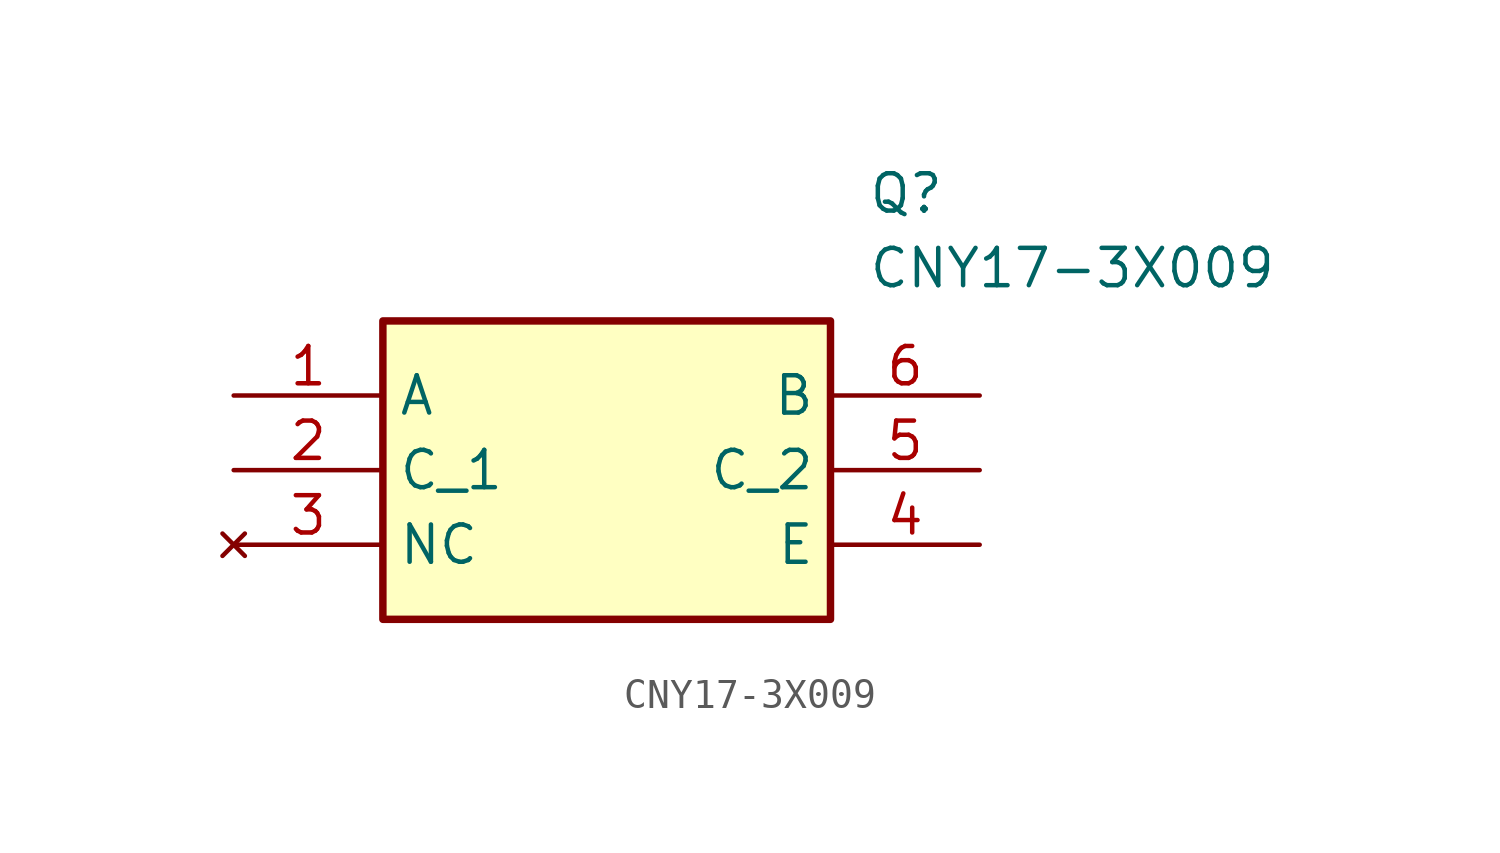
<source format=kicad_sym>
(kicad_symbol_lib
  (version 20211014)
  (generator SamacSys_ECAD_Model)
  (symbol "CNY17-3X009"
    (property "Reference" "Q"
      (at 21.59 7.62 0)
      (effects (font (size 1.27 1.27)) (justify left top)))
    (property "Value" "CNY17-3X009"
      (at 21.59 5.08 0)
      (effects (font (size 1.27 1.27)) (justify left top)))
    (rectangle
      (start 5.08 2.54)
      (end 20.32 -7.62)
      (stroke (width 0.254) (type default))
      (fill (type background)))
    (pin passive line
      (at 0 0 0)
      (length 5.08)
      (name "A" (effects (font (size 1.27 1.27))))
      (number "1" (effects (font (size 1.27 1.27)))))
    (pin passive line
      (at 0 -2.54 0)
      (length 5.08)
      (name "C_1" (effects (font (size 1.27 1.27))))
      (number "2" (effects (font (size 1.27 1.27)))))
    (pin no_connect line
      (at 0 -5.08 0)
      (length 5.08)
      (name "NC" (effects (font (size 1.27 1.27))))
      (number "3" (effects (font (size 1.27 1.27)))))
    (pin passive line
      (at 25.4 0 180)
      (length 5.08)
      (name "B" (effects (font (size 1.27 1.27))))
      (number "6" (effects (font (size 1.27 1.27)))))
    (pin passive line
      (at 25.4 -2.54 180)
      (length 5.08)
      (name "C_2" (effects (font (size 1.27 1.27))))
      (number "5" (effects (font (size 1.27 1.27)))))
    (pin passive line
      (at 25.4 -5.08 180)
      (length 5.08)
      (name "E" (effects (font (size 1.27 1.27))))
      (number "4" (effects (font (size 1.27 1.27)))))))
</source>
